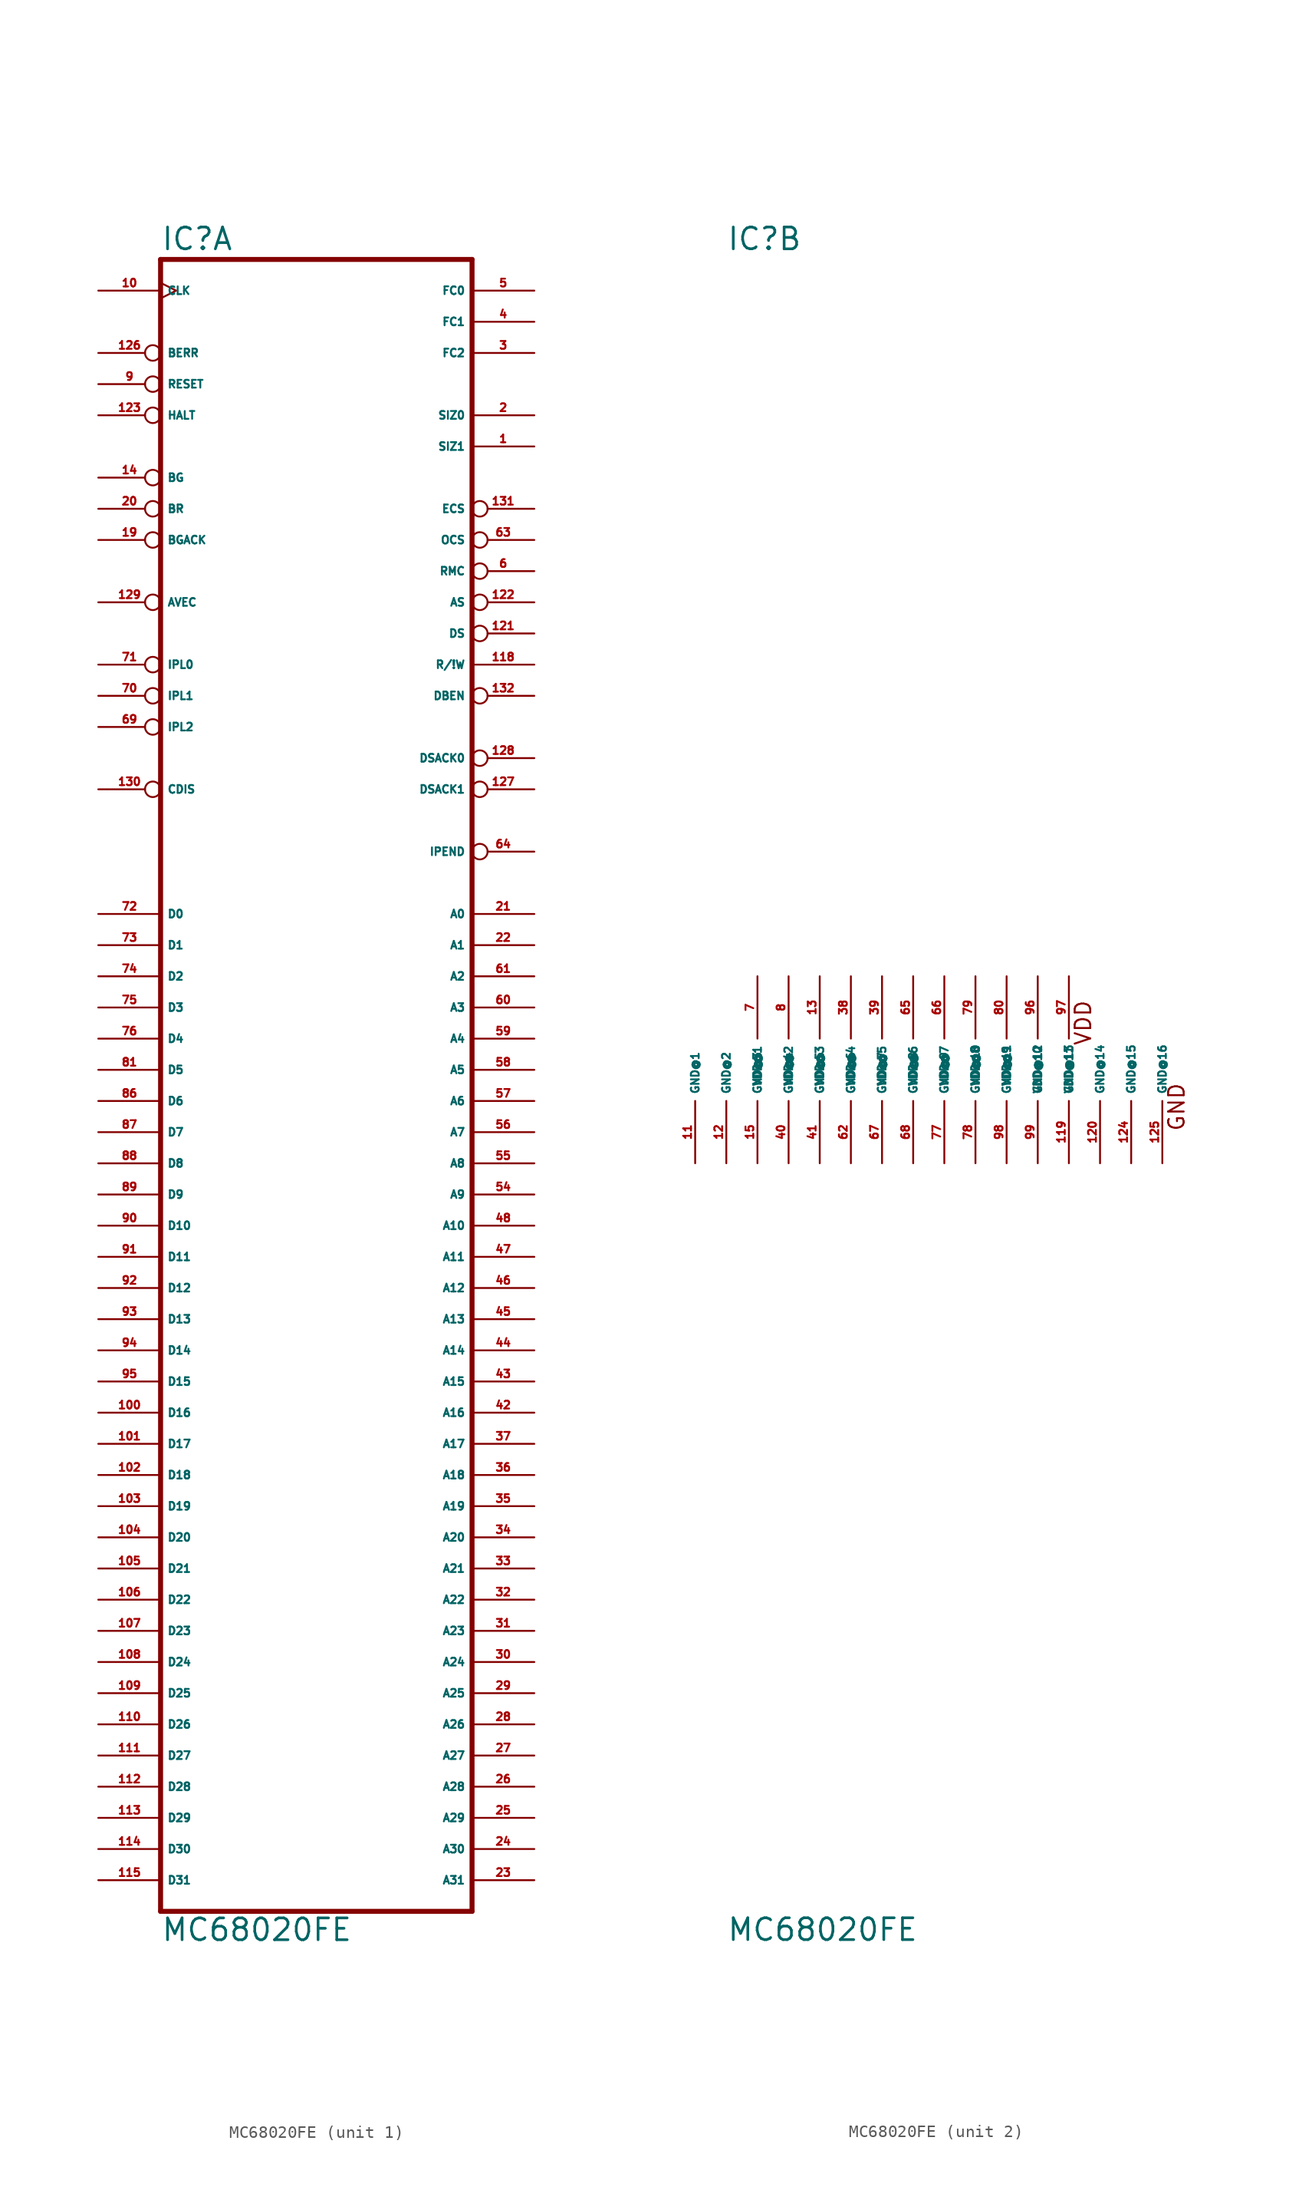
<source format=kicad_sym>
(kicad_symbol_lib
  (version 20220914)
  (generator Eagle2Kicad)
  (symbol "MC68020FE"
    (property "Reference" "IC"
      (at -12.7 66.675 0)
      (effects (font (size 1.778 1.778) (thickness 0.22)) (justify left bottom)))
    (property "Value" "MC68020FE"
      (at -12.7 -71.12 0)
      (effects (font (size 1.778 1.778) (thickness 0.22)) (justify left bottom)))
    (symbol "MC68020FE_1_0"
      (polyline (pts (xy -12.7 -68.58) (xy 12.7 -68.58)) (stroke (width 0.406) (type default)) (fill (type none)))
      (polyline (pts (xy 12.7 66.04) (xy 12.7 -68.58)) (stroke (width 0.406) (type default)) (fill (type none)))
      (polyline (pts (xy 12.7 66.04) (xy -12.7 66.04)) (stroke (width 0.406) (type default)) (fill (type none)))
      (polyline (pts (xy -12.7 -68.58) (xy -12.7 66.04)) (stroke (width 0.406) (type default)) (fill (type none)))
      (pin input clock (at -17.78 63.5 0) (length 5.08) (name "CLK" (effects (font (size 0.635 0.635) (thickness 0.08)) (justify left bottom))) (number "10" (effects (font (size 0.635 0.635) (thickness 0.08)) (justify left bottom))))
      (pin input inverted (at -17.78 58.42 0) (length 5.08) (name "BERR" (effects (font (size 0.635 0.635) (thickness 0.08)) (justify left bottom))) (number "126" (effects (font (size 0.635 0.635) (thickness 0.08)) (justify left bottom))))
      (pin bidirectional inverted (at -17.78 55.88 0) (length 5.08) (name "RESET" (effects (font (size 0.635 0.635) (thickness 0.08)) (justify left bottom))) (number "9" (effects (font (size 0.635 0.635) (thickness 0.08)) (justify left bottom))))
      (pin bidirectional inverted (at -17.78 53.34 0) (length 5.08) (name "HALT" (effects (font (size 0.635 0.635) (thickness 0.08)) (justify left bottom))) (number "123" (effects (font (size 0.635 0.635) (thickness 0.08)) (justify left bottom))))
      (pin input inverted (at -17.78 38.1 0) (length 5.08) (name "AVEC" (effects (font (size 0.635 0.635) (thickness 0.08)) (justify left bottom))) (number "129" (effects (font (size 0.635 0.635) (thickness 0.08)) (justify left bottom))))
      (pin input inverted (at -17.78 45.72 0) (length 5.08) (name "BR" (effects (font (size 0.635 0.635) (thickness 0.08)) (justify left bottom))) (number "20" (effects (font (size 0.635 0.635) (thickness 0.08)) (justify left bottom))))
      (pin input inverted (at -17.78 43.18 0) (length 5.08) (name "BGACK" (effects (font (size 0.635 0.635) (thickness 0.08)) (justify left bottom))) (number "19" (effects (font (size 0.635 0.635) (thickness 0.08)) (justify left bottom))))
      (pin input inverted (at -17.78 33.02 0) (length 5.08) (name "IPL0" (effects (font (size 0.635 0.635) (thickness 0.08)) (justify left bottom))) (number "71" (effects (font (size 0.635 0.635) (thickness 0.08)) (justify left bottom))))
      (pin bidirectional line (at -17.78 12.7 0) (length 5.08) (name "D0" (effects (font (size 0.635 0.635) (thickness 0.08)) (justify left bottom))) (number "72" (effects (font (size 0.635 0.635) (thickness 0.08)) (justify left bottom))))
      (pin bidirectional line (at -17.78 10.16 0) (length 5.08) (name "D1" (effects (font (size 0.635 0.635) (thickness 0.08)) (justify left bottom))) (number "73" (effects (font (size 0.635 0.635) (thickness 0.08)) (justify left bottom))))
      (pin bidirectional line (at -17.78 7.62 0) (length 5.08) (name "D2" (effects (font (size 0.635 0.635) (thickness 0.08)) (justify left bottom))) (number "74" (effects (font (size 0.635 0.635) (thickness 0.08)) (justify left bottom))))
      (pin bidirectional line (at -17.78 5.08 0) (length 5.08) (name "D3" (effects (font (size 0.635 0.635) (thickness 0.08)) (justify left bottom))) (number "75" (effects (font (size 0.635 0.635) (thickness 0.08)) (justify left bottom))))
      (pin bidirectional line (at -17.78 2.54 0) (length 5.08) (name "D4" (effects (font (size 0.635 0.635) (thickness 0.08)) (justify left bottom))) (number "76" (effects (font (size 0.635 0.635) (thickness 0.08)) (justify left bottom))))
      (pin bidirectional line (at -17.78 0 0) (length 5.08) (name "D5" (effects (font (size 0.635 0.635) (thickness 0.08)) (justify left bottom))) (number "81" (effects (font (size 0.635 0.635) (thickness 0.08)) (justify left bottom))))
      (pin bidirectional line (at -17.78 -2.54 0) (length 5.08) (name "D6" (effects (font (size 0.635 0.635) (thickness 0.08)) (justify left bottom))) (number "86" (effects (font (size 0.635 0.635) (thickness 0.08)) (justify left bottom))))
      (pin bidirectional line (at -17.78 -5.08 0) (length 5.08) (name "D7" (effects (font (size 0.635 0.635) (thickness 0.08)) (justify left bottom))) (number "87" (effects (font (size 0.635 0.635) (thickness 0.08)) (justify left bottom))))
      (pin bidirectional line (at -17.78 -7.62 0) (length 5.08) (name "D8" (effects (font (size 0.635 0.635) (thickness 0.08)) (justify left bottom))) (number "88" (effects (font (size 0.635 0.635) (thickness 0.08)) (justify left bottom))))
      (pin bidirectional line (at -17.78 -10.16 0) (length 5.08) (name "D9" (effects (font (size 0.635 0.635) (thickness 0.08)) (justify left bottom))) (number "89" (effects (font (size 0.635 0.635) (thickness 0.08)) (justify left bottom))))
      (pin bidirectional line (at -17.78 -12.7 0) (length 5.08) (name "D10" (effects (font (size 0.635 0.635) (thickness 0.08)) (justify left bottom))) (number "90" (effects (font (size 0.635 0.635) (thickness 0.08)) (justify left bottom))))
      (pin bidirectional line (at -17.78 -15.24 0) (length 5.08) (name "D11" (effects (font (size 0.635 0.635) (thickness 0.08)) (justify left bottom))) (number "91" (effects (font (size 0.635 0.635) (thickness 0.08)) (justify left bottom))))
      (pin bidirectional line (at -17.78 -17.78 0) (length 5.08) (name "D12" (effects (font (size 0.635 0.635) (thickness 0.08)) (justify left bottom))) (number "92" (effects (font (size 0.635 0.635) (thickness 0.08)) (justify left bottom))))
      (pin bidirectional line (at -17.78 -20.32 0) (length 5.08) (name "D13" (effects (font (size 0.635 0.635) (thickness 0.08)) (justify left bottom))) (number "93" (effects (font (size 0.635 0.635) (thickness 0.08)) (justify left bottom))))
      (pin bidirectional line (at -17.78 -22.86 0) (length 5.08) (name "D14" (effects (font (size 0.635 0.635) (thickness 0.08)) (justify left bottom))) (number "94" (effects (font (size 0.635 0.635) (thickness 0.08)) (justify left bottom))))
      (pin bidirectional line (at -17.78 -25.4 0) (length 5.08) (name "D15" (effects (font (size 0.635 0.635) (thickness 0.08)) (justify left bottom))) (number "95" (effects (font (size 0.635 0.635) (thickness 0.08)) (justify left bottom))))
      (pin output line (at 17.78 53.34 180) (length 5.08) (name "SIZ0" (effects (font (size 0.635 0.635) (thickness 0.08)) (justify left bottom))) (number "2" (effects (font (size 0.635 0.635) (thickness 0.08)) (justify left bottom))))
      (pin output line (at 17.78 50.8 180) (length 5.08) (name "SIZ1" (effects (font (size 0.635 0.635) (thickness 0.08)) (justify left bottom))) (number "1" (effects (font (size 0.635 0.635) (thickness 0.08)) (justify left bottom))))
      (pin output line (at 17.78 63.5 180) (length 5.08) (name "FC0" (effects (font (size 0.635 0.635) (thickness 0.08)) (justify left bottom))) (number "5" (effects (font (size 0.635 0.635) (thickness 0.08)) (justify left bottom))))
      (pin output line (at 17.78 60.96 180) (length 5.08) (name "FC1" (effects (font (size 0.635 0.635) (thickness 0.08)) (justify left bottom))) (number "4" (effects (font (size 0.635 0.635) (thickness 0.08)) (justify left bottom))))
      (pin output line (at 17.78 58.42 180) (length 5.08) (name "FC2" (effects (font (size 0.635 0.635) (thickness 0.08)) (justify left bottom))) (number "3" (effects (font (size 0.635 0.635) (thickness 0.08)) (justify left bottom))))
      (pin output inverted (at 17.78 43.18 180) (length 5.08) (name "OCS" (effects (font (size 0.635 0.635) (thickness 0.08)) (justify left bottom))) (number "63" (effects (font (size 0.635 0.635) (thickness 0.08)) (justify left bottom))))
      (pin output line (at 17.78 33.02 180) (length 5.08) (name "R/!W" (effects (font (size 0.635 0.635) (thickness 0.08)) (justify left bottom))) (number "118" (effects (font (size 0.635 0.635) (thickness 0.08)) (justify left bottom))))
      (pin output inverted (at 17.78 40.64 180) (length 5.08) (name "RMC" (effects (font (size 0.635 0.635) (thickness 0.08)) (justify left bottom))) (number "6" (effects (font (size 0.635 0.635) (thickness 0.08)) (justify left bottom))))
      (pin output inverted (at 17.78 38.1 180) (length 5.08) (name "AS" (effects (font (size 0.635 0.635) (thickness 0.08)) (justify left bottom))) (number "122" (effects (font (size 0.635 0.635) (thickness 0.08)) (justify left bottom))))
      (pin output inverted (at 17.78 45.72 180) (length 5.08) (name "ECS" (effects (font (size 0.635 0.635) (thickness 0.08)) (justify left bottom))) (number "131" (effects (font (size 0.635 0.635) (thickness 0.08)) (justify left bottom))))
      (pin output line (at 17.78 10.16 180) (length 5.08) (name "A1" (effects (font (size 0.635 0.635) (thickness 0.08)) (justify left bottom))) (number "22" (effects (font (size 0.635 0.635) (thickness 0.08)) (justify left bottom))))
      (pin output line (at 17.78 7.62 180) (length 5.08) (name "A2" (effects (font (size 0.635 0.635) (thickness 0.08)) (justify left bottom))) (number "61" (effects (font (size 0.635 0.635) (thickness 0.08)) (justify left bottom))))
      (pin output line (at 17.78 5.08 180) (length 5.08) (name "A3" (effects (font (size 0.635 0.635) (thickness 0.08)) (justify left bottom))) (number "60" (effects (font (size 0.635 0.635) (thickness 0.08)) (justify left bottom))))
      (pin output line (at 17.78 2.54 180) (length 5.08) (name "A4" (effects (font (size 0.635 0.635) (thickness 0.08)) (justify left bottom))) (number "59" (effects (font (size 0.635 0.635) (thickness 0.08)) (justify left bottom))))
      (pin output line (at 17.78 0 180) (length 5.08) (name "A5" (effects (font (size 0.635 0.635) (thickness 0.08)) (justify left bottom))) (number "58" (effects (font (size 0.635 0.635) (thickness 0.08)) (justify left bottom))))
      (pin output line (at 17.78 -2.54 180) (length 5.08) (name "A6" (effects (font (size 0.635 0.635) (thickness 0.08)) (justify left bottom))) (number "57" (effects (font (size 0.635 0.635) (thickness 0.08)) (justify left bottom))))
      (pin output line (at 17.78 -5.08 180) (length 5.08) (name "A7" (effects (font (size 0.635 0.635) (thickness 0.08)) (justify left bottom))) (number "56" (effects (font (size 0.635 0.635) (thickness 0.08)) (justify left bottom))))
      (pin output line (at 17.78 -10.16 180) (length 5.08) (name "A9" (effects (font (size 0.635 0.635) (thickness 0.08)) (justify left bottom))) (number "54" (effects (font (size 0.635 0.635) (thickness 0.08)) (justify left bottom))))
      (pin output line (at 17.78 -7.62 180) (length 5.08) (name "A8" (effects (font (size 0.635 0.635) (thickness 0.08)) (justify left bottom))) (number "55" (effects (font (size 0.635 0.635) (thickness 0.08)) (justify left bottom))))
      (pin output line (at 17.78 -12.7 180) (length 5.08) (name "A10" (effects (font (size 0.635 0.635) (thickness 0.08)) (justify left bottom))) (number "48" (effects (font (size 0.635 0.635) (thickness 0.08)) (justify left bottom))))
      (pin output line (at 17.78 -15.24 180) (length 5.08) (name "A11" (effects (font (size 0.635 0.635) (thickness 0.08)) (justify left bottom))) (number "47" (effects (font (size 0.635 0.635) (thickness 0.08)) (justify left bottom))))
      (pin output line (at 17.78 -17.78 180) (length 5.08) (name "A12" (effects (font (size 0.635 0.635) (thickness 0.08)) (justify left bottom))) (number "46" (effects (font (size 0.635 0.635) (thickness 0.08)) (justify left bottom))))
      (pin output line (at 17.78 -20.32 180) (length 5.08) (name "A13" (effects (font (size 0.635 0.635) (thickness 0.08)) (justify left bottom))) (number "45" (effects (font (size 0.635 0.635) (thickness 0.08)) (justify left bottom))))
      (pin output line (at 17.78 -22.86 180) (length 5.08) (name "A14" (effects (font (size 0.635 0.635) (thickness 0.08)) (justify left bottom))) (number "44" (effects (font (size 0.635 0.635) (thickness 0.08)) (justify left bottom))))
      (pin output line (at 17.78 -25.4 180) (length 5.08) (name "A15" (effects (font (size 0.635 0.635) (thickness 0.08)) (justify left bottom))) (number "43" (effects (font (size 0.635 0.635) (thickness 0.08)) (justify left bottom))))
      (pin output line (at 17.78 -27.94 180) (length 5.08) (name "A16" (effects (font (size 0.635 0.635) (thickness 0.08)) (justify left bottom))) (number "42" (effects (font (size 0.635 0.635) (thickness 0.08)) (justify left bottom))))
      (pin output line (at 17.78 -30.48 180) (length 5.08) (name "A17" (effects (font (size 0.635 0.635) (thickness 0.08)) (justify left bottom))) (number "37" (effects (font (size 0.635 0.635) (thickness 0.08)) (justify left bottom))))
      (pin output line (at 17.78 -33.02 180) (length 5.08) (name "A18" (effects (font (size 0.635 0.635) (thickness 0.08)) (justify left bottom))) (number "36" (effects (font (size 0.635 0.635) (thickness 0.08)) (justify left bottom))))
      (pin output line (at 17.78 -35.56 180) (length 5.08) (name "A19" (effects (font (size 0.635 0.635) (thickness 0.08)) (justify left bottom))) (number "35" (effects (font (size 0.635 0.635) (thickness 0.08)) (justify left bottom))))
      (pin output line (at 17.78 -38.1 180) (length 5.08) (name "A20" (effects (font (size 0.635 0.635) (thickness 0.08)) (justify left bottom))) (number "34" (effects (font (size 0.635 0.635) (thickness 0.08)) (justify left bottom))))
      (pin output line (at 17.78 -40.64 180) (length 5.08) (name "A21" (effects (font (size 0.635 0.635) (thickness 0.08)) (justify left bottom))) (number "33" (effects (font (size 0.635 0.635) (thickness 0.08)) (justify left bottom))))
      (pin output line (at 17.78 -43.18 180) (length 5.08) (name "A22" (effects (font (size 0.635 0.635) (thickness 0.08)) (justify left bottom))) (number "32" (effects (font (size 0.635 0.635) (thickness 0.08)) (justify left bottom))))
      (pin output line (at 17.78 -45.72 180) (length 5.08) (name "A23" (effects (font (size 0.635 0.635) (thickness 0.08)) (justify left bottom))) (number "31" (effects (font (size 0.635 0.635) (thickness 0.08)) (justify left bottom))))
      (pin input inverted (at -17.78 30.48 0) (length 5.08) (name "IPL1" (effects (font (size 0.635 0.635) (thickness 0.08)) (justify left bottom))) (number "70" (effects (font (size 0.635 0.635) (thickness 0.08)) (justify left bottom))))
      (pin input inverted (at -17.78 27.94 0) (length 5.08) (name "IPL2" (effects (font (size 0.635 0.635) (thickness 0.08)) (justify left bottom))) (number "69" (effects (font (size 0.635 0.635) (thickness 0.08)) (justify left bottom))))
      (pin bidirectional line (at -17.78 -27.94 0) (length 5.08) (name "D16" (effects (font (size 0.635 0.635) (thickness 0.08)) (justify left bottom))) (number "100" (effects (font (size 0.635 0.635) (thickness 0.08)) (justify left bottom))))
      (pin bidirectional line (at -17.78 -30.48 0) (length 5.08) (name "D17" (effects (font (size 0.635 0.635) (thickness 0.08)) (justify left bottom))) (number "101" (effects (font (size 0.635 0.635) (thickness 0.08)) (justify left bottom))))
      (pin bidirectional line (at -17.78 -33.02 0) (length 5.08) (name "D18" (effects (font (size 0.635 0.635) (thickness 0.08)) (justify left bottom))) (number "102" (effects (font (size 0.635 0.635) (thickness 0.08)) (justify left bottom))))
      (pin bidirectional line (at -17.78 -35.56 0) (length 5.08) (name "D19" (effects (font (size 0.635 0.635) (thickness 0.08)) (justify left bottom))) (number "103" (effects (font (size 0.635 0.635) (thickness 0.08)) (justify left bottom))))
      (pin bidirectional line (at -17.78 -38.1 0) (length 5.08) (name "D20" (effects (font (size 0.635 0.635) (thickness 0.08)) (justify left bottom))) (number "104" (effects (font (size 0.635 0.635) (thickness 0.08)) (justify left bottom))))
      (pin bidirectional line (at -17.78 -40.64 0) (length 5.08) (name "D21" (effects (font (size 0.635 0.635) (thickness 0.08)) (justify left bottom))) (number "105" (effects (font (size 0.635 0.635) (thickness 0.08)) (justify left bottom))))
      (pin bidirectional line (at -17.78 -43.18 0) (length 5.08) (name "D22" (effects (font (size 0.635 0.635) (thickness 0.08)) (justify left bottom))) (number "106" (effects (font (size 0.635 0.635) (thickness 0.08)) (justify left bottom))))
      (pin bidirectional line (at -17.78 -45.72 0) (length 5.08) (name "D23" (effects (font (size 0.635 0.635) (thickness 0.08)) (justify left bottom))) (number "107" (effects (font (size 0.635 0.635) (thickness 0.08)) (justify left bottom))))
      (pin bidirectional line (at -17.78 -48.26 0) (length 5.08) (name "D24" (effects (font (size 0.635 0.635) (thickness 0.08)) (justify left bottom))) (number "108" (effects (font (size 0.635 0.635) (thickness 0.08)) (justify left bottom))))
      (pin bidirectional line (at -17.78 -50.8 0) (length 5.08) (name "D25" (effects (font (size 0.635 0.635) (thickness 0.08)) (justify left bottom))) (number "109" (effects (font (size 0.635 0.635) (thickness 0.08)) (justify left bottom))))
      (pin bidirectional line (at -17.78 -53.34 0) (length 5.08) (name "D26" (effects (font (size 0.635 0.635) (thickness 0.08)) (justify left bottom))) (number "110" (effects (font (size 0.635 0.635) (thickness 0.08)) (justify left bottom))))
      (pin bidirectional line (at -17.78 -55.88 0) (length 5.08) (name "D27" (effects (font (size 0.635 0.635) (thickness 0.08)) (justify left bottom))) (number "111" (effects (font (size 0.635 0.635) (thickness 0.08)) (justify left bottom))))
      (pin bidirectional line (at -17.78 -58.42 0) (length 5.08) (name "D28" (effects (font (size 0.635 0.635) (thickness 0.08)) (justify left bottom))) (number "112" (effects (font (size 0.635 0.635) (thickness 0.08)) (justify left bottom))))
      (pin bidirectional line (at -17.78 -60.96 0) (length 5.08) (name "D29" (effects (font (size 0.635 0.635) (thickness 0.08)) (justify left bottom))) (number "113" (effects (font (size 0.635 0.635) (thickness 0.08)) (justify left bottom))))
      (pin bidirectional line (at -17.78 -63.5 0) (length 5.08) (name "D30" (effects (font (size 0.635 0.635) (thickness 0.08)) (justify left bottom))) (number "114" (effects (font (size 0.635 0.635) (thickness 0.08)) (justify left bottom))))
      (pin bidirectional line (at -17.78 -66.04 0) (length 5.08) (name "D31" (effects (font (size 0.635 0.635) (thickness 0.08)) (justify left bottom))) (number "115" (effects (font (size 0.635 0.635) (thickness 0.08)) (justify left bottom))))
      (pin output line (at 17.78 -48.26 180) (length 5.08) (name "A24" (effects (font (size 0.635 0.635) (thickness 0.08)) (justify left bottom))) (number "30" (effects (font (size 0.635 0.635) (thickness 0.08)) (justify left bottom))))
      (pin output line (at 17.78 -50.8 180) (length 5.08) (name "A25" (effects (font (size 0.635 0.635) (thickness 0.08)) (justify left bottom))) (number "29" (effects (font (size 0.635 0.635) (thickness 0.08)) (justify left bottom))))
      (pin output line (at 17.78 -53.34 180) (length 5.08) (name "A26" (effects (font (size 0.635 0.635) (thickness 0.08)) (justify left bottom))) (number "28" (effects (font (size 0.635 0.635) (thickness 0.08)) (justify left bottom))))
      (pin output line (at 17.78 -55.88 180) (length 5.08) (name "A27" (effects (font (size 0.635 0.635) (thickness 0.08)) (justify left bottom))) (number "27" (effects (font (size 0.635 0.635) (thickness 0.08)) (justify left bottom))))
      (pin output line (at 17.78 -58.42 180) (length 5.08) (name "A28" (effects (font (size 0.635 0.635) (thickness 0.08)) (justify left bottom))) (number "26" (effects (font (size 0.635 0.635) (thickness 0.08)) (justify left bottom))))
      (pin output line (at 17.78 -60.96 180) (length 5.08) (name "A29" (effects (font (size 0.635 0.635) (thickness 0.08)) (justify left bottom))) (number "25" (effects (font (size 0.635 0.635) (thickness 0.08)) (justify left bottom))))
      (pin output line (at 17.78 -63.5 180) (length 5.08) (name "A30" (effects (font (size 0.635 0.635) (thickness 0.08)) (justify left bottom))) (number "24" (effects (font (size 0.635 0.635) (thickness 0.08)) (justify left bottom))))
      (pin output line (at 17.78 -66.04 180) (length 5.08) (name "A31" (effects (font (size 0.635 0.635) (thickness 0.08)) (justify left bottom))) (number "23" (effects (font (size 0.635 0.635) (thickness 0.08)) (justify left bottom))))
      (pin output line (at 17.78 12.7 180) (length 5.08) (name "A0" (effects (font (size 0.635 0.635) (thickness 0.08)) (justify left bottom))) (number "21" (effects (font (size 0.635 0.635) (thickness 0.08)) (justify left bottom))))
      (pin output inverted (at 17.78 35.56 180) (length 5.08) (name "DS" (effects (font (size 0.635 0.635) (thickness 0.08)) (justify left bottom))) (number "121" (effects (font (size 0.635 0.635) (thickness 0.08)) (justify left bottom))))
      (pin output inverted (at 17.78 30.48 180) (length 5.08) (name "DBEN" (effects (font (size 0.635 0.635) (thickness 0.08)) (justify left bottom))) (number "132" (effects (font (size 0.635 0.635) (thickness 0.08)) (justify left bottom))))
      (pin input inverted (at 17.78 25.4 180) (length 5.08) (name "DSACK0" (effects (font (size 0.635 0.635) (thickness 0.08)) (justify left bottom))) (number "128" (effects (font (size 0.635 0.635) (thickness 0.08)) (justify left bottom))))
      (pin input inverted (at 17.78 22.86 180) (length 5.08) (name "DSACK1" (effects (font (size 0.635 0.635) (thickness 0.08)) (justify left bottom))) (number "127" (effects (font (size 0.635 0.635) (thickness 0.08)) (justify left bottom))))
      (pin output inverted (at -17.78 48.26 0) (length 5.08) (name "BG" (effects (font (size 0.635 0.635) (thickness 0.08)) (justify left bottom))) (number "14" (effects (font (size 0.635 0.635) (thickness 0.08)) (justify left bottom))))
      (pin output inverted (at 17.78 17.78 180) (length 5.08) (name "IPEND" (effects (font (size 0.635 0.635) (thickness 0.08)) (justify left bottom))) (number "64" (effects (font (size 0.635 0.635) (thickness 0.08)) (justify left bottom))))
      (pin input inverted (at -17.78 22.86 0) (length 5.08) (name "CDIS" (effects (font (size 0.635 0.635) (thickness 0.08)) (justify left bottom))) (number "130" (effects (font (size 0.635 0.635) (thickness 0.08)) (justify left bottom)))))
    (symbol "MC68020FE_2_0"
      (text "GND" (at 24.765 -5.08 900) (effects (font (size 1.27 1.27) (thickness 0.16)) (justify left bottom)))
      (text "VDD" (at 17.145 1.905 900) (effects (font (size 1.27 1.27) (thickness 0.16)) (justify left bottom)))
      (pin unspecified line (at -15.24 -7.62 90) (length 5.08) (name "GND@1" (effects (font (size 0.635 0.635) (thickness 0.08)) (justify left bottom))) (number "11" (effects (font (size 0.635 0.635) (thickness 0.08)) (justify left bottom))))
      (pin unspecified line (at -12.7 -7.62 90) (length 5.08) (name "GND@2" (effects (font (size 0.635 0.635) (thickness 0.08)) (justify left bottom))) (number "12" (effects (font (size 0.635 0.635) (thickness 0.08)) (justify left bottom))))
      (pin unspecified line (at -10.16 -7.62 90) (length 5.08) (name "GND@3" (effects (font (size 0.635 0.635) (thickness 0.08)) (justify left bottom))) (number "15" (effects (font (size 0.635 0.635) (thickness 0.08)) (justify left bottom))))
      (pin unspecified line (at -7.62 -7.62 90) (length 5.08) (name "GND@4" (effects (font (size 0.635 0.635) (thickness 0.08)) (justify left bottom))) (number "40" (effects (font (size 0.635 0.635) (thickness 0.08)) (justify left bottom))))
      (pin unspecified line (at -5.08 -7.62 90) (length 5.08) (name "GND@5" (effects (font (size 0.635 0.635) (thickness 0.08)) (justify left bottom))) (number "41" (effects (font (size 0.635 0.635) (thickness 0.08)) (justify left bottom))))
      (pin unspecified line (at -2.54 -7.62 90) (length 5.08) (name "GND@6" (effects (font (size 0.635 0.635) (thickness 0.08)) (justify left bottom))) (number "62" (effects (font (size 0.635 0.635) (thickness 0.08)) (justify left bottom))))
      (pin unspecified line (at 0 -7.62 90) (length 5.08) (name "GND@7" (effects (font (size 0.635 0.635) (thickness 0.08)) (justify left bottom))) (number "67" (effects (font (size 0.635 0.635) (thickness 0.08)) (justify left bottom))))
      (pin unspecified line (at 2.54 -7.62 90) (length 5.08) (name "GND@8" (effects (font (size 0.635 0.635) (thickness 0.08)) (justify left bottom))) (number "68" (effects (font (size 0.635 0.635) (thickness 0.08)) (justify left bottom))))
      (pin unspecified line (at 5.08 -7.62 90) (length 5.08) (name "GND@9" (effects (font (size 0.635 0.635) (thickness 0.08)) (justify left bottom))) (number "77" (effects (font (size 0.635 0.635) (thickness 0.08)) (justify left bottom))))
      (pin unspecified line (at 7.62 -7.62 90) (length 5.08) (name "GND@10" (effects (font (size 0.635 0.635) (thickness 0.08)) (justify left bottom))) (number "78" (effects (font (size 0.635 0.635) (thickness 0.08)) (justify left bottom))))
      (pin unspecified line (at 10.16 -7.62 90) (length 5.08) (name "GND@11" (effects (font (size 0.635 0.635) (thickness 0.08)) (justify left bottom))) (number "98" (effects (font (size 0.635 0.635) (thickness 0.08)) (justify left bottom))))
      (pin unspecified line (at 12.7 -7.62 90) (length 5.08) (name "GND@12" (effects (font (size 0.635 0.635) (thickness 0.08)) (justify left bottom))) (number "99" (effects (font (size 0.635 0.635) (thickness 0.08)) (justify left bottom))))
      (pin unspecified line (at 15.24 -7.62 90) (length 5.08) (name "GND@13" (effects (font (size 0.635 0.635) (thickness 0.08)) (justify left bottom))) (number "119" (effects (font (size 0.635 0.635) (thickness 0.08)) (justify left bottom))))
      (pin unspecified line (at -10.16 7.62 270) (length 5.08) (name "VDD@1" (effects (font (size 0.635 0.635) (thickness 0.08)) (justify left bottom))) (number "7" (effects (font (size 0.635 0.635) (thickness 0.08)) (justify left bottom))))
      (pin unspecified line (at -7.62 7.62 270) (length 5.08) (name "VDD@2" (effects (font (size 0.635 0.635) (thickness 0.08)) (justify left bottom))) (number "8" (effects (font (size 0.635 0.635) (thickness 0.08)) (justify left bottom))))
      (pin unspecified line (at -5.08 7.62 270) (length 5.08) (name "VDD@3" (effects (font (size 0.635 0.635) (thickness 0.08)) (justify left bottom))) (number "13" (effects (font (size 0.635 0.635) (thickness 0.08)) (justify left bottom))))
      (pin unspecified line (at -2.54 7.62 270) (length 5.08) (name "VDD@4" (effects (font (size 0.635 0.635) (thickness 0.08)) (justify left bottom))) (number "38" (effects (font (size 0.635 0.635) (thickness 0.08)) (justify left bottom))))
      (pin unspecified line (at 0 7.62 270) (length 5.08) (name "VDD@5" (effects (font (size 0.635 0.635) (thickness 0.08)) (justify left bottom))) (number "39" (effects (font (size 0.635 0.635) (thickness 0.08)) (justify left bottom))))
      (pin unspecified line (at 2.54 7.62 270) (length 5.08) (name "VDD@6" (effects (font (size 0.635 0.635) (thickness 0.08)) (justify left bottom))) (number "65" (effects (font (size 0.635 0.635) (thickness 0.08)) (justify left bottom))))
      (pin unspecified line (at 5.08 7.62 270) (length 5.08) (name "VDD@7" (effects (font (size 0.635 0.635) (thickness 0.08)) (justify left bottom))) (number "66" (effects (font (size 0.635 0.635) (thickness 0.08)) (justify left bottom))))
      (pin unspecified line (at 7.62 7.62 270) (length 5.08) (name "VDD@8" (effects (font (size 0.635 0.635) (thickness 0.08)) (justify left bottom))) (number "79" (effects (font (size 0.635 0.635) (thickness 0.08)) (justify left bottom))))
      (pin unspecified line (at 10.16 7.62 270) (length 5.08) (name "VDD@9" (effects (font (size 0.635 0.635) (thickness 0.08)) (justify left bottom))) (number "80" (effects (font (size 0.635 0.635) (thickness 0.08)) (justify left bottom))))
      (pin unspecified line (at 17.78 -7.62 90) (length 5.08) (name "GND@14" (effects (font (size 0.635 0.635) (thickness 0.08)) (justify left bottom))) (number "120" (effects (font (size 0.635 0.635) (thickness 0.08)) (justify left bottom))))
      (pin unspecified line (at 20.32 -7.62 90) (length 5.08) (name "GND@15" (effects (font (size 0.635 0.635) (thickness 0.08)) (justify left bottom))) (number "124" (effects (font (size 0.635 0.635) (thickness 0.08)) (justify left bottom))))
      (pin unspecified line (at 22.86 -7.62 90) (length 5.08) (name "GND@16" (effects (font (size 0.635 0.635) (thickness 0.08)) (justify left bottom))) (number "125" (effects (font (size 0.635 0.635) (thickness 0.08)) (justify left bottom))))
      (pin unspecified line (at 12.7 7.62 270) (length 5.08) (name "VDD@10" (effects (font (size 0.635 0.635) (thickness 0.08)) (justify left bottom))) (number "96" (effects (font (size 0.635 0.635) (thickness 0.08)) (justify left bottom))))
      (pin unspecified line (at 15.24 7.62 270) (length 5.08) (name "VDD@11" (effects (font (size 0.635 0.635) (thickness 0.08)) (justify left bottom))) (number "97" (effects (font (size 0.635 0.635) (thickness 0.08)) (justify left bottom)))))))
</source>
